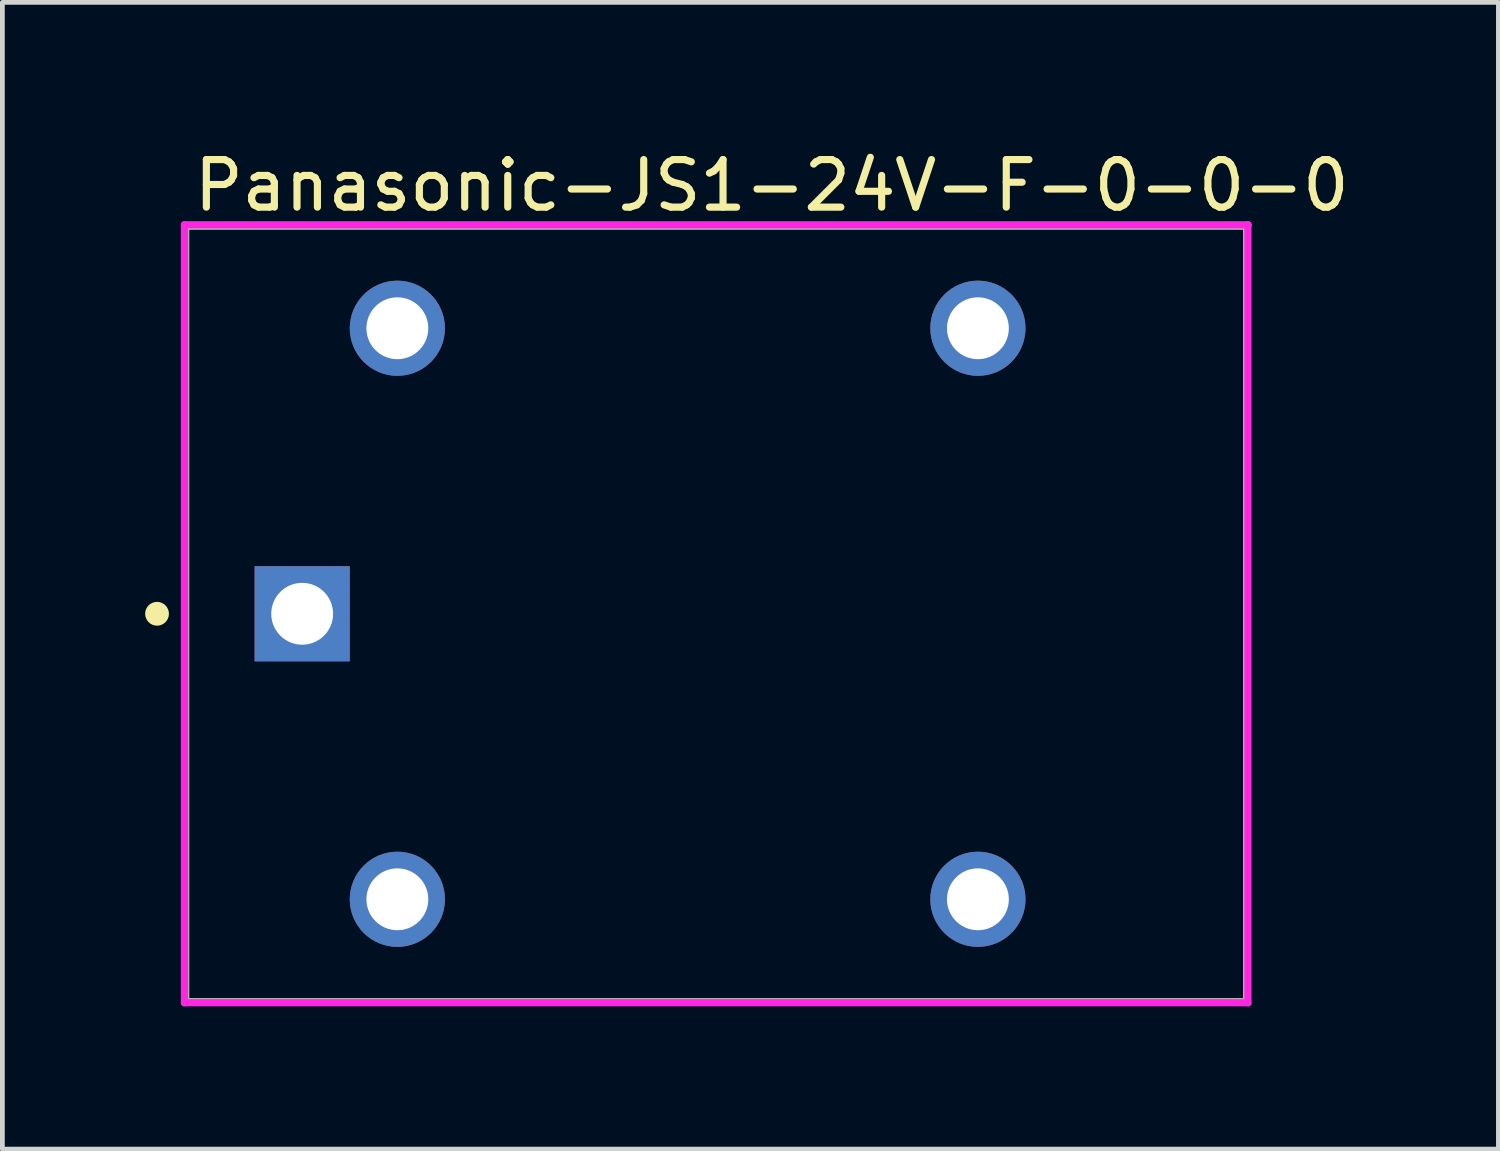
<source format=kicad_pcb>
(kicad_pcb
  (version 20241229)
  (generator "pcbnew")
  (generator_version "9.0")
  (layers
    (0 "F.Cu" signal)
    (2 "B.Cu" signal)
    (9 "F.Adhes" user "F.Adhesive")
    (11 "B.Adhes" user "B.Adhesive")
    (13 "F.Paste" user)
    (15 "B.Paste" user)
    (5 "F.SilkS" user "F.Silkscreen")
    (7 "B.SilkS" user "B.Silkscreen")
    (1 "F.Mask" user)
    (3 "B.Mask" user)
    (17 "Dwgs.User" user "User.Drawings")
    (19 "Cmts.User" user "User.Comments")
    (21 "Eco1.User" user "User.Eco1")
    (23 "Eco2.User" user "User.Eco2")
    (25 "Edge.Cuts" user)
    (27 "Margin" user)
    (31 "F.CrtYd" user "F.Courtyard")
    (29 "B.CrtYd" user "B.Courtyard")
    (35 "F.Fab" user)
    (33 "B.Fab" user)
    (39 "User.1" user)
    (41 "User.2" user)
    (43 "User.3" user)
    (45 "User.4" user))
  (footprint "Panasonic-JS1-24V-F-0-0-0"
    (layer "F.Cu")
    (at 12 9.848)
    (property "Reference" "Panasonic-JS1-24V-F-0-0-0" (at -11.05 -9 0) (layer "F.SilkS") (effects (font (size 1 1) (thickness 0.15)) (justify left)))
    (attr through_hole)
    (fp_line (start -11.15 -8.15) (end 11.15 -8.15) (stroke (width 0.15) (type solid)) (layer "F.SilkS"))
    (fp_line (start -11.15 8.15) (end -11.15 -8.15) (stroke (width 0.15) (type solid)) (layer "F.SilkS"))
    (fp_line (start -11.15 8.15) (end 11.15 8.15) (stroke (width 0.15) (type solid)) (layer "F.SilkS"))
    (fp_line (start 11.15 8.15) (end 11.15 -8.15) (stroke (width 0.15) (type solid)) (layer "F.SilkS"))
    (fp_circle (center -11.75 0) (end -11.625 0) (stroke (width 0.25) (type solid)) (fill no) (layer "F.SilkS"))
    (fp_line (start -11.175 -8.175) (end -11.175 8.175) (stroke (width 0.15) (type solid)) (layer "F.CrtYd"))
    (fp_line (start -11.175 8.175) (end 11.175 8.175) (stroke (width 0.15) (type solid)) (layer "F.CrtYd"))
    (fp_line (start 11.175 -8.175) (end -11.175 -8.175) (stroke (width 0.15) (type solid)) (layer "F.CrtYd"))
    (fp_line (start 11.175 -8.175) (end 11.175 -8.175) (stroke (width 0.15) (type solid)) (layer "F.CrtYd"))
    (fp_line (start 11.175 8.175) (end 11.175 -8.175) (stroke (width 0.15) (type solid)) (layer "F.CrtYd"))
    (fp_line (start -11.15 -8.15) (end 11.15 -8.15) (stroke (width 0.15) (type solid)) (layer "F.Fab"))
    (fp_line (start -11.15 8.15) (end -11.15 -8.15) (stroke (width 0.15) (type solid)) (layer "F.Fab"))
    (fp_line (start 11.15 -8.15) (end 11.15 8.15) (stroke (width 0.15) (type solid)) (layer "F.Fab"))
    (fp_line (start 11.15 8.15) (end -11.15 8.15) (stroke (width 0.15) (type solid)) (layer "F.Fab"))
    (pad "1" thru_hole rect (at -8.7 0) (size 2 2) (drill 1.3) (layers "*.Cu"))
    (pad "2" thru_hole circle (at -6.7 6) (size 2 2) (drill 1.3) (layers "*.Cu"))
    (pad "3" thru_hole circle (at 5.5 6) (size 2 2) (drill 1.3) (layers "*.Cu"))
    (pad "4" thru_hole circle (at 5.5 -6) (size 2 2) (drill 1.3) (layers "*.Cu"))
    (pad "5" thru_hole circle (at -6.7 -6) (size 2 2) (drill 1.3) (layers "*.Cu")))
  (gr_rect
    (start -3 -3)
    (end 28.438 21.098)
    (stroke (width 0.1) (type default))
    (fill no)
    (layer "Edge.Cuts")))
</source>
